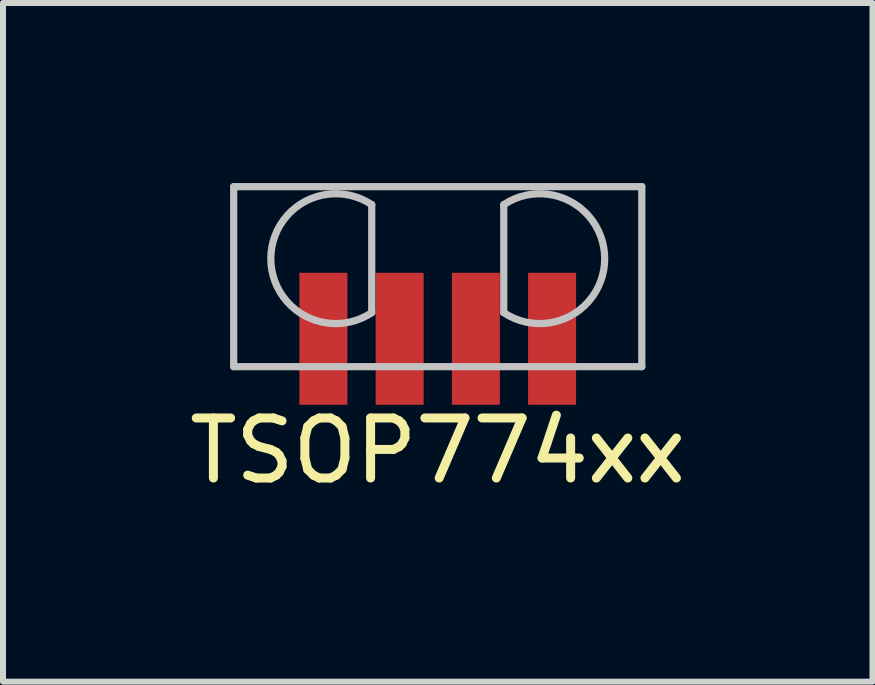
<source format=kicad_pcb>
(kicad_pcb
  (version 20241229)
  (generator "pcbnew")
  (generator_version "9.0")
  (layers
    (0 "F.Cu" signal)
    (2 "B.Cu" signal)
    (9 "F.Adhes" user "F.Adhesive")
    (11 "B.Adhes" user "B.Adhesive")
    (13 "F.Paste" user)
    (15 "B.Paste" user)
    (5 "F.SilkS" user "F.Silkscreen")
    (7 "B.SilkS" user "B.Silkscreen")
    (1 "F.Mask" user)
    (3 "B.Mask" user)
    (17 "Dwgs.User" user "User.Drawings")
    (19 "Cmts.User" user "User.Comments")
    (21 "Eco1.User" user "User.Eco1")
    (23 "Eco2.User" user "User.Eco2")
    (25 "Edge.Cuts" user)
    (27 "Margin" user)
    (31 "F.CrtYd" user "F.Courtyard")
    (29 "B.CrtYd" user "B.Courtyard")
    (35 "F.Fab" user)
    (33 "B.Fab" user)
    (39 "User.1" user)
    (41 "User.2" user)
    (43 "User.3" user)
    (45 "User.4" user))
  (footprint "TSOP774xx"
    (layer "F.Cu")
    (at 4.244 1.56)
    (property "Reference" "TSOP774xx" (at 0 2.9 0) (layer "F.SilkS") (effects (font (size 1 1) (thickness 0.15))))
    (attr through_hole)
    (fp_line (start -3.4 -1.5) (end -3.4 1.5) (stroke (width 0.12) (type solid)) (layer "Dwgs.User"))
    (fp_line (start -3.4 1.5) (end 3.4 1.5) (stroke (width 0.12) (type solid)) (layer "Dwgs.User"))
    (fp_line (start -1.1 -1.2) (end -1.1 0.6) (stroke (width 0.12) (type solid)) (layer "Dwgs.User"))
    (fp_line (start 1.1 -1.2) (end 1.1 0.6) (stroke (width 0.12) (type solid)) (layer "Dwgs.User"))
    (fp_line (start 3.4 -1.5) (end -3.4 -1.5) (stroke (width 0.12) (type solid)) (layer "Dwgs.User"))
    (fp_line (start 3.4 1.5) (end 3.4 -1.5) (stroke (width 0.12) (type solid)) (layer "Dwgs.User"))
    (fp_arc (start -1.100001 0.599999) (mid -2.781664 -0.3) (end -1.100001 -1.199999) (stroke (width 0.12) (type solid)) (layer "Dwgs.User"))
    (fp_arc (start 1.100001 -1.199999) (mid 2.781664 -0.3) (end 1.100001 0.599999) (stroke (width 0.12) (type solid)) (layer "Dwgs.User"))
    (pad "1" smd rect (at -1.905 0.635) (size 0.8 2.2) (drill (offset 0 0.4)) (layers "F.Cu" "F.Mask" "F.Paste"))
    (pad "2" smd rect (at -0.635 0.635) (size 0.8 2.2) (drill (offset 0 0.4)) (layers "F.Cu" "F.Mask" "F.Paste"))
    (pad "3" smd rect (at 0.635 0.635) (size 0.8 2.2) (drill (offset 0 0.4)) (layers "F.Cu" "F.Mask" "F.Paste"))
    (pad "4" smd rect (at 1.905 0.635) (size 0.8 2.2) (drill (offset 0 0.4)) (layers "F.Cu" "F.Mask" "F.Paste")))
  (gr_rect
    (start -3 -3)
    (end 11.488 8.308)
    (stroke (width 0.1) (type default))
    (fill no)
    (layer "Edge.Cuts")))
</source>
